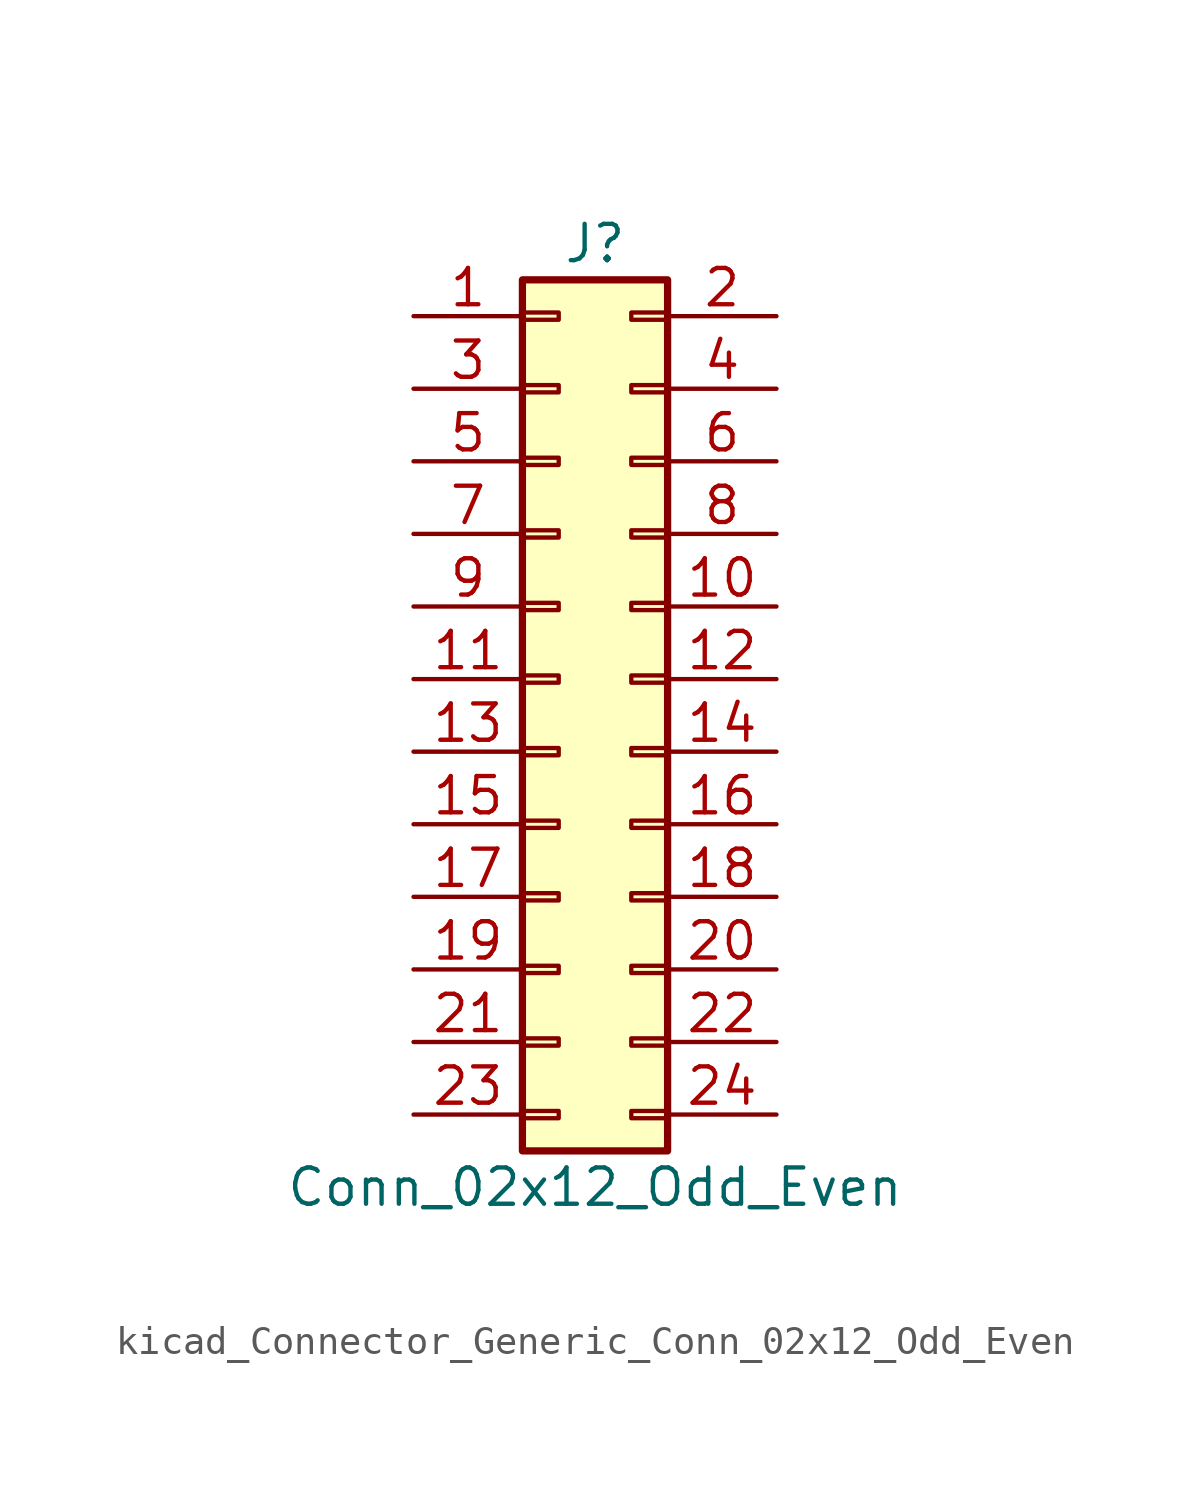
<source format=kicad_sym>
(kicad_symbol_lib
  (version 20220914)
  (generator kicad_symbol_editor)
  (symbol "kicad_Connector_Generic_Conn_02x12_Odd_Even"
    (pin_names
      (offset 1.016) hide)
    (property "Reference" "J"
      (at 1.27 15.24 0)
      (effects (font (size 1.27 1.27))))
    (property "Value" "Conn_02x12_Odd_Even"
      (at 1.27 -17.78 0)
      (effects (font (size 1.27 1.27))))
    (symbol "kicad_Connector_Generic_Conn_02x12_Odd_Even_1_1"
      (rectangle (start -1.27 -15.113) (end 0 -15.367) (stroke (width 0.152) (type default)) (fill (type none)))
      (rectangle (start -1.27 -12.573) (end 0 -12.827) (stroke (width 0.152) (type default)) (fill (type none)))
      (rectangle (start -1.27 -10.033) (end 0 -10.287) (stroke (width 0.152) (type default)) (fill (type none)))
      (rectangle (start -1.27 -7.493) (end 0 -7.747) (stroke (width 0.152) (type default)) (fill (type none)))
      (rectangle (start -1.27 -4.953) (end 0 -5.207) (stroke (width 0.152) (type default)) (fill (type none)))
      (rectangle (start -1.27 -2.413) (end 0 -2.667) (stroke (width 0.152) (type default)) (fill (type none)))
      (rectangle (start -1.27 0.127) (end 0 -0.127) (stroke (width 0.152) (type default)) (fill (type none)))
      (rectangle (start -1.27 2.667) (end 0 2.413) (stroke (width 0.152) (type default)) (fill (type none)))
      (rectangle (start -1.27 5.207) (end 0 4.953) (stroke (width 0.152) (type default)) (fill (type none)))
      (rectangle (start -1.27 7.747) (end 0 7.493) (stroke (width 0.152) (type default)) (fill (type none)))
      (rectangle (start -1.27 10.287) (end 0 10.033) (stroke (width 0.152) (type default)) (fill (type none)))
      (rectangle (start -1.27 12.827) (end 0 12.573) (stroke (width 0.152) (type default)) (fill (type none)))
      (rectangle (start -1.27 13.97) (end 3.81 -16.51) (stroke (width 0.254) (type default)) (fill (type background)))
      (rectangle (start 3.81 -15.113) (end 2.54 -15.367) (stroke (width 0.152) (type default)) (fill (type none)))
      (rectangle (start 3.81 -12.573) (end 2.54 -12.827) (stroke (width 0.152) (type default)) (fill (type none)))
      (rectangle (start 3.81 -10.033) (end 2.54 -10.287) (stroke (width 0.152) (type default)) (fill (type none)))
      (rectangle (start 3.81 -7.493) (end 2.54 -7.747) (stroke (width 0.152) (type default)) (fill (type none)))
      (rectangle (start 3.81 -4.953) (end 2.54 -5.207) (stroke (width 0.152) (type default)) (fill (type none)))
      (rectangle (start 3.81 -2.413) (end 2.54 -2.667) (stroke (width 0.152) (type default)) (fill (type none)))
      (rectangle (start 3.81 0.127) (end 2.54 -0.127) (stroke (width 0.152) (type default)) (fill (type none)))
      (rectangle (start 3.81 2.667) (end 2.54 2.413) (stroke (width 0.152) (type default)) (fill (type none)))
      (rectangle (start 3.81 5.207) (end 2.54 4.953) (stroke (width 0.152) (type default)) (fill (type none)))
      (rectangle (start 3.81 7.747) (end 2.54 7.493) (stroke (width 0.152) (type default)) (fill (type none)))
      (rectangle (start 3.81 10.287) (end 2.54 10.033) (stroke (width 0.152) (type default)) (fill (type none)))
      (rectangle (start 3.81 12.827) (end 2.54 12.573) (stroke (width 0.152) (type default)) (fill (type none)))
      (pin passive line (at -5.08 12.7 0) (length 3.81) (name "Pin_1" (effects (font (size 1.27 1.27)))) (number "1" (effects (font (size 1.27 1.27)))))
      (pin passive line (at 7.62 2.54 180) (length 3.81) (name "Pin_10" (effects (font (size 1.27 1.27)))) (number "10" (effects (font (size 1.27 1.27)))))
      (pin passive line (at -5.08 0 0) (length 3.81) (name "Pin_11" (effects (font (size 1.27 1.27)))) (number "11" (effects (font (size 1.27 1.27)))))
      (pin passive line (at 7.62 0 180) (length 3.81) (name "Pin_12" (effects (font (size 1.27 1.27)))) (number "12" (effects (font (size 1.27 1.27)))))
      (pin passive line (at -5.08 -2.54 0) (length 3.81) (name "Pin_13" (effects (font (size 1.27 1.27)))) (number "13" (effects (font (size 1.27 1.27)))))
      (pin passive line (at 7.62 -2.54 180) (length 3.81) (name "Pin_14" (effects (font (size 1.27 1.27)))) (number "14" (effects (font (size 1.27 1.27)))))
      (pin passive line (at -5.08 -5.08 0) (length 3.81) (name "Pin_15" (effects (font (size 1.27 1.27)))) (number "15" (effects (font (size 1.27 1.27)))))
      (pin passive line (at 7.62 -5.08 180) (length 3.81) (name "Pin_16" (effects (font (size 1.27 1.27)))) (number "16" (effects (font (size 1.27 1.27)))))
      (pin passive line (at -5.08 -7.62 0) (length 3.81) (name "Pin_17" (effects (font (size 1.27 1.27)))) (number "17" (effects (font (size 1.27 1.27)))))
      (pin passive line (at 7.62 -7.62 180) (length 3.81) (name "Pin_18" (effects (font (size 1.27 1.27)))) (number "18" (effects (font (size 1.27 1.27)))))
      (pin passive line (at -5.08 -10.16 0) (length 3.81) (name "Pin_19" (effects (font (size 1.27 1.27)))) (number "19" (effects (font (size 1.27 1.27)))))
      (pin passive line (at 7.62 12.7 180) (length 3.81) (name "Pin_2" (effects (font (size 1.27 1.27)))) (number "2" (effects (font (size 1.27 1.27)))))
      (pin passive line (at 7.62 -10.16 180) (length 3.81) (name "Pin_20" (effects (font (size 1.27 1.27)))) (number "20" (effects (font (size 1.27 1.27)))))
      (pin passive line (at -5.08 -12.7 0) (length 3.81) (name "Pin_21" (effects (font (size 1.27 1.27)))) (number "21" (effects (font (size 1.27 1.27)))))
      (pin passive line (at 7.62 -12.7 180) (length 3.81) (name "Pin_22" (effects (font (size 1.27 1.27)))) (number "22" (effects (font (size 1.27 1.27)))))
      (pin passive line (at -5.08 -15.24 0) (length 3.81) (name "Pin_23" (effects (font (size 1.27 1.27)))) (number "23" (effects (font (size 1.27 1.27)))))
      (pin passive line (at 7.62 -15.24 180) (length 3.81) (name "Pin_24" (effects (font (size 1.27 1.27)))) (number "24" (effects (font (size 1.27 1.27)))))
      (pin passive line (at -5.08 10.16 0) (length 3.81) (name "Pin_3" (effects (font (size 1.27 1.27)))) (number "3" (effects (font (size 1.27 1.27)))))
      (pin passive line (at 7.62 10.16 180) (length 3.81) (name "Pin_4" (effects (font (size 1.27 1.27)))) (number "4" (effects (font (size 1.27 1.27)))))
      (pin passive line (at -5.08 7.62 0) (length 3.81) (name "Pin_5" (effects (font (size 1.27 1.27)))) (number "5" (effects (font (size 1.27 1.27)))))
      (pin passive line (at 7.62 7.62 180) (length 3.81) (name "Pin_6" (effects (font (size 1.27 1.27)))) (number "6" (effects (font (size 1.27 1.27)))))
      (pin passive line (at -5.08 5.08 0) (length 3.81) (name "Pin_7" (effects (font (size 1.27 1.27)))) (number "7" (effects (font (size 1.27 1.27)))))
      (pin passive line (at 7.62 5.08 180) (length 3.81) (name "Pin_8" (effects (font (size 1.27 1.27)))) (number "8" (effects (font (size 1.27 1.27)))))
      (pin passive line (at -5.08 2.54 0) (length 3.81) (name "Pin_9" (effects (font (size 1.27 1.27)))) (number "9" (effects (font (size 1.27 1.27))))))))
</source>
